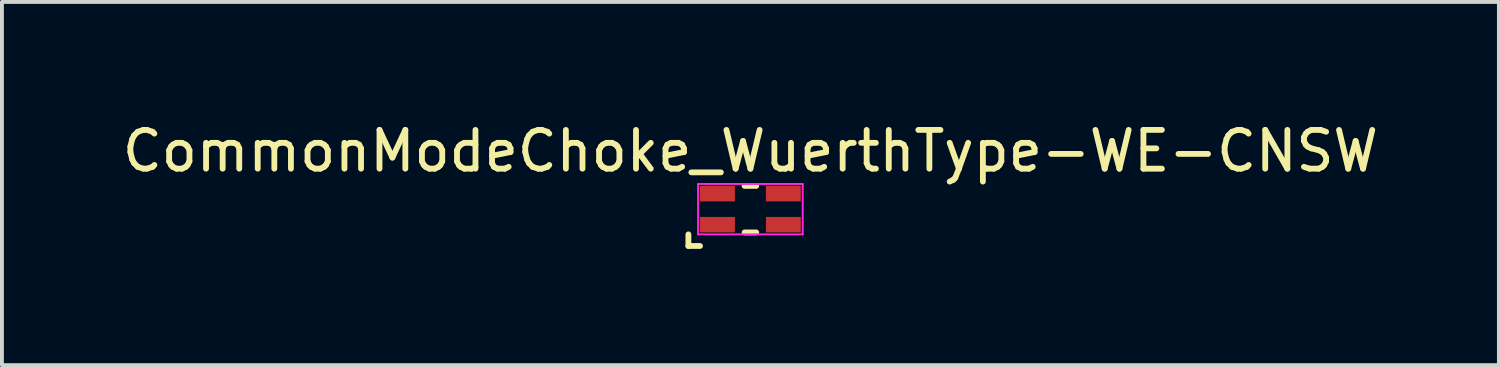
<source format=kicad_pcb>
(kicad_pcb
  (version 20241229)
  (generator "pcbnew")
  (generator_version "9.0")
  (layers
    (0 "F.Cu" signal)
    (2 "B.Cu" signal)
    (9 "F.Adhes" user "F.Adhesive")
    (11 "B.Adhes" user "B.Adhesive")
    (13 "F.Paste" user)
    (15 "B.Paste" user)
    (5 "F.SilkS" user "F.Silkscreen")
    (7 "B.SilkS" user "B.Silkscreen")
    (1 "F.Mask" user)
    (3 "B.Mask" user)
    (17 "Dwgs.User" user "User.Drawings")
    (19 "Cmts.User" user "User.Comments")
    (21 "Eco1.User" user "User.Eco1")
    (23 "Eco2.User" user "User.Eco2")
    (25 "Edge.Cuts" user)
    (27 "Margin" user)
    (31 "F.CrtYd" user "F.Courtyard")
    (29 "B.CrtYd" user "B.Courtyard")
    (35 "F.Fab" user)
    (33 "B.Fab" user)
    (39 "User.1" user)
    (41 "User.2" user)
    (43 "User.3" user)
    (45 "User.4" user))
  (footprint "CommonModeChoke_WuerthType-WE-CNSW"
    (layer "F.Cu")
    (at 16.315 2.348)
    (property "Reference" "CommonModeChoke_WuerthType-WE-CNSW" (at 0 -1.5 0) (layer "F.SilkS") (effects (font (size 1 1) (thickness 0.15))))
    (attr smd)
    (fp_line (start -1.6 0.65) (end -1.6 0.95) (stroke (width 0.15) (type solid)) (layer "F.SilkS"))
    (fp_line (start -1.3 0.95) (end -1.6 0.95) (stroke (width 0.15) (type solid)) (layer "F.SilkS"))
    (fp_line (start -0.15 -0.6) (end 0.15 -0.6) (stroke (width 0.15) (type solid)) (layer "F.SilkS"))
    (fp_line (start -0.15 0.6) (end 0.15 0.6) (stroke (width 0.15) (type solid)) (layer "F.SilkS"))
    (fp_line (start -1.35 -0.65) (end -1.35 0.65) (stroke (width 0.05) (type solid)) (layer "F.CrtYd"))
    (fp_line (start -1.35 0.65) (end 1.35 0.65) (stroke (width 0.05) (type solid)) (layer "F.CrtYd"))
    (fp_line (start 1.35 -0.65) (end -1.35 -0.65) (stroke (width 0.05) (type solid)) (layer "F.CrtYd"))
    (fp_line (start 1.35 0.65) (end 1.35 -0.65) (stroke (width 0.05) (type solid)) (layer "F.CrtYd"))
    (pad "1" smd rect (at -0.85 0.4) (size 0.9 0.4) (layers "F.Cu" "F.Mask" "F.Paste"))
    (pad "2" smd rect (at 0.85 0.4) (size 0.9 0.4) (layers "F.Cu" "F.Mask" "F.Paste"))
    (pad "3" smd rect (at 0.85 -0.4) (size 0.9 0.4) (layers "F.Cu" "F.Mask" "F.Paste"))
    (pad "4" smd rect (at -0.85 -0.4) (size 0.9 0.4) (layers "F.Cu" "F.Mask" "F.Paste")))
  (gr_rect
    (start -3 -3)
    (end 35.631 6.373)
    (stroke (width 0.1) (type default))
    (fill no)
    (layer "Edge.Cuts")))
</source>
